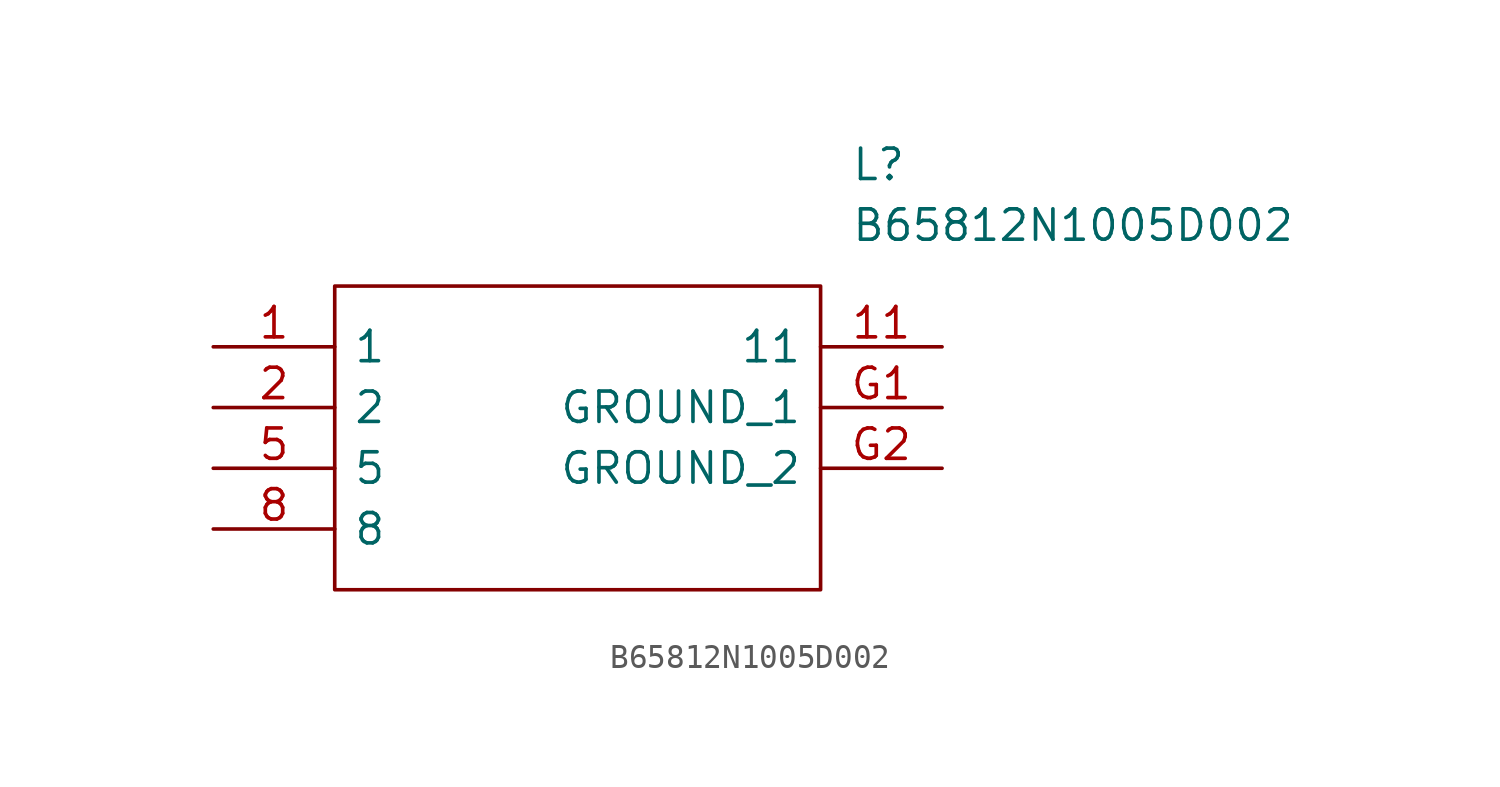
<source format=kicad_sym>
(kicad_symbol_lib
  (version 20220914)
  (generator kicad_symbol_editor)
  (symbol "B65812N1005D002"
    (pin_names
      (offset 0.762))
    (property "Reference" "L"
      (at 26.67 7.62 0)
      (effects (font (size 1.27 1.27)) (justify left)))
    (property "Value" "B65812N1005D002"
      (at 26.67 5.08 0)
      (effects (font (size 1.27 1.27)) (justify left)))
    (symbol "B65812N1005D002_0_0"
      (pin passive line (at 0 0 0) (length 5.08) (name "1" (effects (font (size 1.27 1.27)))) (number "1" (effects (font (size 1.27 1.27)))))
      (pin passive line (at 30.48 0 180) (length 5.08) (name "11" (effects (font (size 1.27 1.27)))) (number "11" (effects (font (size 1.27 1.27)))))
      (pin passive line (at 0 -2.54 0) (length 5.08) (name "2" (effects (font (size 1.27 1.27)))) (number "2" (effects (font (size 1.27 1.27)))))
      (pin passive line (at 0 -5.08 0) (length 5.08) (name "5" (effects (font (size 1.27 1.27)))) (number "5" (effects (font (size 1.27 1.27)))))
      (pin passive line (at 0 -7.62 0) (length 5.08) (name "8" (effects (font (size 1.27 1.27)))) (number "8" (effects (font (size 1.27 1.27)))))
      (pin passive line (at 30.48 -2.54 180) (length 5.08) (name "GROUND_1" (effects (font (size 1.27 1.27)))) (number "G1" (effects (font (size 1.27 1.27)))))
      (pin passive line (at 30.48 -5.08 180) (length 5.08) (name "GROUND_2" (effects (font (size 1.27 1.27)))) (number "G2" (effects (font (size 1.27 1.27))))))
    (symbol "B65812N1005D002_0_1"
      (polyline (pts (xy 5.08 2.54) (xy 25.4 2.54) (xy 25.4 -10.16) (xy 5.08 -10.16) (xy 5.08 2.54)) (stroke (width 0.152) (type solid)) (fill (type none))))))
</source>
